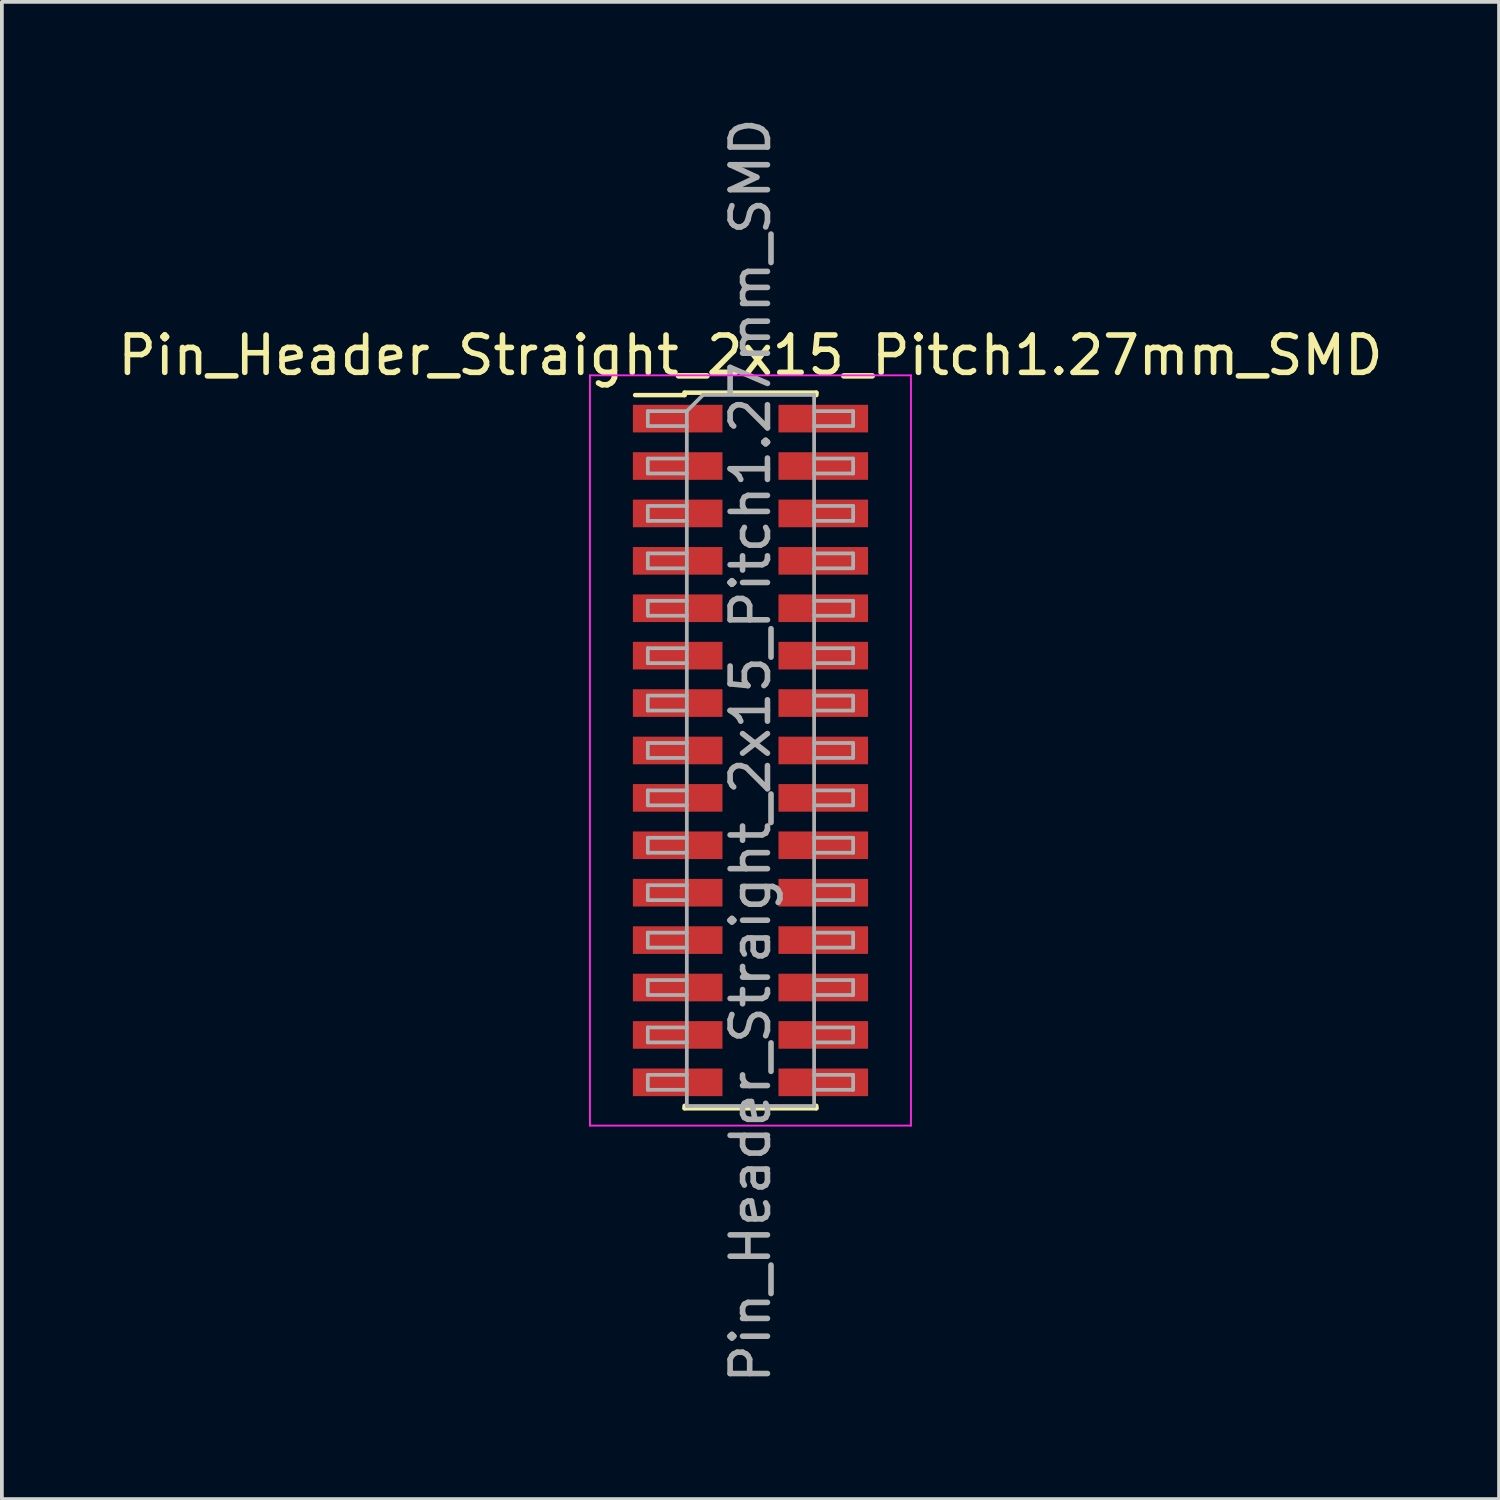
<source format=kicad_pcb>
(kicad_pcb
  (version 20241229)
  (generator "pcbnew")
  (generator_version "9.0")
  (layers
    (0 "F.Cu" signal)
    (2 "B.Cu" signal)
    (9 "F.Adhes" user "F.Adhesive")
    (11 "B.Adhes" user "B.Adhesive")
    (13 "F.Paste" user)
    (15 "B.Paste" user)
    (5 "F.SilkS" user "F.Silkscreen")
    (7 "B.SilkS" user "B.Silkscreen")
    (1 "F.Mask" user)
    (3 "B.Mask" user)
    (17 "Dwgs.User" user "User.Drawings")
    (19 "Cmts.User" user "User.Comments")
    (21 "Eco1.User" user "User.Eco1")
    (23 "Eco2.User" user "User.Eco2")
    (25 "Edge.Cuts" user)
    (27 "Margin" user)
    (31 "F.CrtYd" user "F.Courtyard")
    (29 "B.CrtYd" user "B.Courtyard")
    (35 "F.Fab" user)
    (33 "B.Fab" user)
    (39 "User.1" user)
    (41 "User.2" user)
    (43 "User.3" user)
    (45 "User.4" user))
  (footprint "Pin_Header_Straight_2x15_Pitch1.27mm_SMD"
    (layer "F.Cu")
    (at 17.054 17.054)
    (property "Reference" "Pin_Header_Straight_2x15_Pitch1.27mm_SMD" (at 0 -10.585 0) (layer "F.SilkS") (effects (font (size 1 1) (thickness 0.15))))
    (attr smd)
    (fp_line (start -3.09 -9.52) (end -1.765 -9.52) (stroke (width 0.12) (type solid)) (layer "F.SilkS"))
    (fp_line (start -1.765 -9.585) (end -1.765 -9.52) (stroke (width 0.12) (type solid)) (layer "F.SilkS"))
    (fp_line (start -1.765 -9.585) (end 1.765 -9.585) (stroke (width 0.12) (type solid)) (layer "F.SilkS"))
    (fp_line (start -1.765 9.52) (end -1.765 9.585) (stroke (width 0.12) (type solid)) (layer "F.SilkS"))
    (fp_line (start -1.765 9.585) (end 1.765 9.585) (stroke (width 0.12) (type solid)) (layer "F.SilkS"))
    (fp_line (start 1.765 -9.585) (end 1.765 -9.52) (stroke (width 0.12) (type solid)) (layer "F.SilkS"))
    (fp_line (start 1.765 9.52) (end 1.765 9.585) (stroke (width 0.12) (type solid)) (layer "F.SilkS"))
    (fp_line (start -4.3 -10.05) (end -4.3 10.05) (stroke (width 0.05) (type solid)) (layer "F.CrtYd"))
    (fp_line (start -4.3 10.05) (end 4.3 10.05) (stroke (width 0.05) (type solid)) (layer "F.CrtYd"))
    (fp_line (start 4.3 -10.05) (end -4.3 -10.05) (stroke (width 0.05) (type solid)) (layer "F.CrtYd"))
    (fp_line (start 4.3 10.05) (end 4.3 -10.05) (stroke (width 0.05) (type solid)) (layer "F.CrtYd"))
    (fp_line (start -2.75 -9.09) (end -2.75 -8.69) (stroke (width 0.1) (type solid)) (layer "F.Fab"))
    (fp_line (start -2.75 -8.69) (end -1.705 -8.69) (stroke (width 0.1) (type solid)) (layer "F.Fab"))
    (fp_line (start -2.75 -7.82) (end -2.75 -7.42) (stroke (width 0.1) (type solid)) (layer "F.Fab"))
    (fp_line (start -2.75 -7.42) (end -1.705 -7.42) (stroke (width 0.1) (type solid)) (layer "F.Fab"))
    (fp_line (start -2.75 -6.55) (end -2.75 -6.15) (stroke (width 0.1) (type solid)) (layer "F.Fab"))
    (fp_line (start -2.75 -6.15) (end -1.705 -6.15) (stroke (width 0.1) (type solid)) (layer "F.Fab"))
    (fp_line (start -2.75 -5.28) (end -2.75 -4.88) (stroke (width 0.1) (type solid)) (layer "F.Fab"))
    (fp_line (start -2.75 -4.88) (end -1.705 -4.88) (stroke (width 0.1) (type solid)) (layer "F.Fab"))
    (fp_line (start -2.75 -4.01) (end -2.75 -3.61) (stroke (width 0.1) (type solid)) (layer "F.Fab"))
    (fp_line (start -2.75 -3.61) (end -1.705 -3.61) (stroke (width 0.1) (type solid)) (layer "F.Fab"))
    (fp_line (start -2.75 -2.74) (end -2.75 -2.34) (stroke (width 0.1) (type solid)) (layer "F.Fab"))
    (fp_line (start -2.75 -2.34) (end -1.705 -2.34) (stroke (width 0.1) (type solid)) (layer "F.Fab"))
    (fp_line (start -2.75 -1.47) (end -2.75 -1.07) (stroke (width 0.1) (type solid)) (layer "F.Fab"))
    (fp_line (start -2.75 -1.07) (end -1.705 -1.07) (stroke (width 0.1) (type solid)) (layer "F.Fab"))
    (fp_line (start -2.75 -0.2) (end -2.75 0.2) (stroke (width 0.1) (type solid)) (layer "F.Fab"))
    (fp_line (start -2.75 0.2) (end -1.705 0.2) (stroke (width 0.1) (type solid)) (layer "F.Fab"))
    (fp_line (start -2.75 1.07) (end -2.75 1.47) (stroke (width 0.1) (type solid)) (layer "F.Fab"))
    (fp_line (start -2.75 1.47) (end -1.705 1.47) (stroke (width 0.1) (type solid)) (layer "F.Fab"))
    (fp_line (start -2.75 2.34) (end -2.75 2.74) (stroke (width 0.1) (type solid)) (layer "F.Fab"))
    (fp_line (start -2.75 2.74) (end -1.705 2.74) (stroke (width 0.1) (type solid)) (layer "F.Fab"))
    (fp_line (start -2.75 3.61) (end -2.75 4.01) (stroke (width 0.1) (type solid)) (layer "F.Fab"))
    (fp_line (start -2.75 4.01) (end -1.705 4.01) (stroke (width 0.1) (type solid)) (layer "F.Fab"))
    (fp_line (start -2.75 4.88) (end -2.75 5.28) (stroke (width 0.1) (type solid)) (layer "F.Fab"))
    (fp_line (start -2.75 5.28) (end -1.705 5.28) (stroke (width 0.1) (type solid)) (layer "F.Fab"))
    (fp_line (start -2.75 6.15) (end -2.75 6.55) (stroke (width 0.1) (type solid)) (layer "F.Fab"))
    (fp_line (start -2.75 6.55) (end -1.705 6.55) (stroke (width 0.1) (type solid)) (layer "F.Fab"))
    (fp_line (start -2.75 7.42) (end -2.75 7.82) (stroke (width 0.1) (type solid)) (layer "F.Fab"))
    (fp_line (start -2.75 7.82) (end -1.705 7.82) (stroke (width 0.1) (type solid)) (layer "F.Fab"))
    (fp_line (start -2.75 8.69) (end -2.75 9.09) (stroke (width 0.1) (type solid)) (layer "F.Fab"))
    (fp_line (start -2.75 9.09) (end -1.705 9.09) (stroke (width 0.1) (type solid)) (layer "F.Fab"))
    (fp_line (start -1.705 -9.09) (end -2.75 -9.09) (stroke (width 0.1) (type solid)) (layer "F.Fab"))
    (fp_line (start -1.705 -9.09) (end -1.27 -9.525) (stroke (width 0.1) (type solid)) (layer "F.Fab"))
    (fp_line (start -1.705 -7.82) (end -2.75 -7.82) (stroke (width 0.1) (type solid)) (layer "F.Fab"))
    (fp_line (start -1.705 -6.55) (end -2.75 -6.55) (stroke (width 0.1) (type solid)) (layer "F.Fab"))
    (fp_line (start -1.705 -5.28) (end -2.75 -5.28) (stroke (width 0.1) (type solid)) (layer "F.Fab"))
    (fp_line (start -1.705 -4.01) (end -2.75 -4.01) (stroke (width 0.1) (type solid)) (layer "F.Fab"))
    (fp_line (start -1.705 -2.74) (end -2.75 -2.74) (stroke (width 0.1) (type solid)) (layer "F.Fab"))
    (fp_line (start -1.705 -1.47) (end -2.75 -1.47) (stroke (width 0.1) (type solid)) (layer "F.Fab"))
    (fp_line (start -1.705 -0.2) (end -2.75 -0.2) (stroke (width 0.1) (type solid)) (layer "F.Fab"))
    (fp_line (start -1.705 1.07) (end -2.75 1.07) (stroke (width 0.1) (type solid)) (layer "F.Fab"))
    (fp_line (start -1.705 2.34) (end -2.75 2.34) (stroke (width 0.1) (type solid)) (layer "F.Fab"))
    (fp_line (start -1.705 3.61) (end -2.75 3.61) (stroke (width 0.1) (type solid)) (layer "F.Fab"))
    (fp_line (start -1.705 4.88) (end -2.75 4.88) (stroke (width 0.1) (type solid)) (layer "F.Fab"))
    (fp_line (start -1.705 6.15) (end -2.75 6.15) (stroke (width 0.1) (type solid)) (layer "F.Fab"))
    (fp_line (start -1.705 7.42) (end -2.75 7.42) (stroke (width 0.1) (type solid)) (layer "F.Fab"))
    (fp_line (start -1.705 8.69) (end -2.75 8.69) (stroke (width 0.1) (type solid)) (layer "F.Fab"))
    (fp_line (start -1.705 9.525) (end -1.705 -9.09) (stroke (width 0.1) (type solid)) (layer "F.Fab"))
    (fp_line (start -1.27 -9.525) (end 1.705 -9.525) (stroke (width 0.1) (type solid)) (layer "F.Fab"))
    (fp_line (start 1.705 -9.525) (end 1.705 9.525) (stroke (width 0.1) (type solid)) (layer "F.Fab"))
    (fp_line (start 1.705 -9.09) (end 2.75 -9.09) (stroke (width 0.1) (type solid)) (layer "F.Fab"))
    (fp_line (start 1.705 -7.82) (end 2.75 -7.82) (stroke (width 0.1) (type solid)) (layer "F.Fab"))
    (fp_line (start 1.705 -6.55) (end 2.75 -6.55) (stroke (width 0.1) (type solid)) (layer "F.Fab"))
    (fp_line (start 1.705 -5.28) (end 2.75 -5.28) (stroke (width 0.1) (type solid)) (layer "F.Fab"))
    (fp_line (start 1.705 -4.01) (end 2.75 -4.01) (stroke (width 0.1) (type solid)) (layer "F.Fab"))
    (fp_line (start 1.705 -2.74) (end 2.75 -2.74) (stroke (width 0.1) (type solid)) (layer "F.Fab"))
    (fp_line (start 1.705 -1.47) (end 2.75 -1.47) (stroke (width 0.1) (type solid)) (layer "F.Fab"))
    (fp_line (start 1.705 -0.2) (end 2.75 -0.2) (stroke (width 0.1) (type solid)) (layer "F.Fab"))
    (fp_line (start 1.705 1.07) (end 2.75 1.07) (stroke (width 0.1) (type solid)) (layer "F.Fab"))
    (fp_line (start 1.705 2.34) (end 2.75 2.34) (stroke (width 0.1) (type solid)) (layer "F.Fab"))
    (fp_line (start 1.705 3.61) (end 2.75 3.61) (stroke (width 0.1) (type solid)) (layer "F.Fab"))
    (fp_line (start 1.705 4.88) (end 2.75 4.88) (stroke (width 0.1) (type solid)) (layer "F.Fab"))
    (fp_line (start 1.705 6.15) (end 2.75 6.15) (stroke (width 0.1) (type solid)) (layer "F.Fab"))
    (fp_line (start 1.705 7.42) (end 2.75 7.42) (stroke (width 0.1) (type solid)) (layer "F.Fab"))
    (fp_line (start 1.705 8.69) (end 2.75 8.69) (stroke (width 0.1) (type solid)) (layer "F.Fab"))
    (fp_line (start 1.705 9.525) (end -1.705 9.525) (stroke (width 0.1) (type solid)) (layer "F.Fab"))
    (fp_line (start 2.75 -9.09) (end 2.75 -8.69) (stroke (width 0.1) (type solid)) (layer "F.Fab"))
    (fp_line (start 2.75 -8.69) (end 1.705 -8.69) (stroke (width 0.1) (type solid)) (layer "F.Fab"))
    (fp_line (start 2.75 -7.82) (end 2.75 -7.42) (stroke (width 0.1) (type solid)) (layer "F.Fab"))
    (fp_line (start 2.75 -7.42) (end 1.705 -7.42) (stroke (width 0.1) (type solid)) (layer "F.Fab"))
    (fp_line (start 2.75 -6.55) (end 2.75 -6.15) (stroke (width 0.1) (type solid)) (layer "F.Fab"))
    (fp_line (start 2.75 -6.15) (end 1.705 -6.15) (stroke (width 0.1) (type solid)) (layer "F.Fab"))
    (fp_line (start 2.75 -5.28) (end 2.75 -4.88) (stroke (width 0.1) (type solid)) (layer "F.Fab"))
    (fp_line (start 2.75 -4.88) (end 1.705 -4.88) (stroke (width 0.1) (type solid)) (layer "F.Fab"))
    (fp_line (start 2.75 -4.01) (end 2.75 -3.61) (stroke (width 0.1) (type solid)) (layer "F.Fab"))
    (fp_line (start 2.75 -3.61) (end 1.705 -3.61) (stroke (width 0.1) (type solid)) (layer "F.Fab"))
    (fp_line (start 2.75 -2.74) (end 2.75 -2.34) (stroke (width 0.1) (type solid)) (layer "F.Fab"))
    (fp_line (start 2.75 -2.34) (end 1.705 -2.34) (stroke (width 0.1) (type solid)) (layer "F.Fab"))
    (fp_line (start 2.75 -1.47) (end 2.75 -1.07) (stroke (width 0.1) (type solid)) (layer "F.Fab"))
    (fp_line (start 2.75 -1.07) (end 1.705 -1.07) (stroke (width 0.1) (type solid)) (layer "F.Fab"))
    (fp_line (start 2.75 -0.2) (end 2.75 0.2) (stroke (width 0.1) (type solid)) (layer "F.Fab"))
    (fp_line (start 2.75 0.2) (end 1.705 0.2) (stroke (width 0.1) (type solid)) (layer "F.Fab"))
    (fp_line (start 2.75 1.07) (end 2.75 1.47) (stroke (width 0.1) (type solid)) (layer "F.Fab"))
    (fp_line (start 2.75 1.47) (end 1.705 1.47) (stroke (width 0.1) (type solid)) (layer "F.Fab"))
    (fp_line (start 2.75 2.34) (end 2.75 2.74) (stroke (width 0.1) (type solid)) (layer "F.Fab"))
    (fp_line (start 2.75 2.74) (end 1.705 2.74) (stroke (width 0.1) (type solid)) (layer "F.Fab"))
    (fp_line (start 2.75 3.61) (end 2.75 4.01) (stroke (width 0.1) (type solid)) (layer "F.Fab"))
    (fp_line (start 2.75 4.01) (end 1.705 4.01) (stroke (width 0.1) (type solid)) (layer "F.Fab"))
    (fp_line (start 2.75 4.88) (end 2.75 5.28) (stroke (width 0.1) (type solid)) (layer "F.Fab"))
    (fp_line (start 2.75 5.28) (end 1.705 5.28) (stroke (width 0.1) (type solid)) (layer "F.Fab"))
    (fp_line (start 2.75 6.15) (end 2.75 6.55) (stroke (width 0.1) (type solid)) (layer "F.Fab"))
    (fp_line (start 2.75 6.55) (end 1.705 6.55) (stroke (width 0.1) (type solid)) (layer "F.Fab"))
    (fp_line (start 2.75 7.42) (end 2.75 7.82) (stroke (width 0.1) (type solid)) (layer "F.Fab"))
    (fp_line (start 2.75 7.82) (end 1.705 7.82) (stroke (width 0.1) (type solid)) (layer "F.Fab"))
    (fp_line (start 2.75 8.69) (end 2.75 9.09) (stroke (width 0.1) (type solid)) (layer "F.Fab"))
    (fp_line (start 2.75 9.09) (end 1.705 9.09) (stroke (width 0.1) (type solid)) (layer "F.Fab"))
    (fp_text user "${REFERENCE}" (at 0 0 90) (layer "F.Fab") (effects (font (size 1 1) (thickness 0.15))))
    (pad "1" smd rect (at -1.95 -8.89) (size 2.4 0.74) (layers "F.Cu" "F.Mask" "F.Paste"))
    (pad "2" smd rect (at 1.95 -8.89) (size 2.4 0.74) (layers "F.Cu" "F.Mask" "F.Paste"))
    (pad "3" smd rect (at -1.95 -7.62) (size 2.4 0.74) (layers "F.Cu" "F.Mask" "F.Paste"))
    (pad "4" smd rect (at 1.95 -7.62) (size 2.4 0.74) (layers "F.Cu" "F.Mask" "F.Paste"))
    (pad "5" smd rect (at -1.95 -6.35) (size 2.4 0.74) (layers "F.Cu" "F.Mask" "F.Paste"))
    (pad "6" smd rect (at 1.95 -6.35) (size 2.4 0.74) (layers "F.Cu" "F.Mask" "F.Paste"))
    (pad "7" smd rect (at -1.95 -5.08) (size 2.4 0.74) (layers "F.Cu" "F.Mask" "F.Paste"))
    (pad "8" smd rect (at 1.95 -5.08) (size 2.4 0.74) (layers "F.Cu" "F.Mask" "F.Paste"))
    (pad "9" smd rect (at -1.95 -3.81) (size 2.4 0.74) (layers "F.Cu" "F.Mask" "F.Paste"))
    (pad "10" smd rect (at 1.95 -3.81) (size 2.4 0.74) (layers "F.Cu" "F.Mask" "F.Paste"))
    (pad "11" smd rect (at -1.95 -2.54) (size 2.4 0.74) (layers "F.Cu" "F.Mask" "F.Paste"))
    (pad "12" smd rect (at 1.95 -2.54) (size 2.4 0.74) (layers "F.Cu" "F.Mask" "F.Paste"))
    (pad "13" smd rect (at -1.95 -1.27) (size 2.4 0.74) (layers "F.Cu" "F.Mask" "F.Paste"))
    (pad "14" smd rect (at 1.95 -1.27) (size 2.4 0.74) (layers "F.Cu" "F.Mask" "F.Paste"))
    (pad "15" smd rect (at -1.95 0) (size 2.4 0.74) (layers "F.Cu" "F.Mask" "F.Paste"))
    (pad "16" smd rect (at 1.95 0) (size 2.4 0.74) (layers "F.Cu" "F.Mask" "F.Paste"))
    (pad "17" smd rect (at -1.95 1.27) (size 2.4 0.74) (layers "F.Cu" "F.Mask" "F.Paste"))
    (pad "18" smd rect (at 1.95 1.27) (size 2.4 0.74) (layers "F.Cu" "F.Mask" "F.Paste"))
    (pad "19" smd rect (at -1.95 2.54) (size 2.4 0.74) (layers "F.Cu" "F.Mask" "F.Paste"))
    (pad "20" smd rect (at 1.95 2.54) (size 2.4 0.74) (layers "F.Cu" "F.Mask" "F.Paste"))
    (pad "21" smd rect (at -1.95 3.81) (size 2.4 0.74) (layers "F.Cu" "F.Mask" "F.Paste"))
    (pad "22" smd rect (at 1.95 3.81) (size 2.4 0.74) (layers "F.Cu" "F.Mask" "F.Paste"))
    (pad "23" smd rect (at -1.95 5.08) (size 2.4 0.74) (layers "F.Cu" "F.Mask" "F.Paste"))
    (pad "24" smd rect (at 1.95 5.08) (size 2.4 0.74) (layers "F.Cu" "F.Mask" "F.Paste"))
    (pad "25" smd rect (at -1.95 6.35) (size 2.4 0.74) (layers "F.Cu" "F.Mask" "F.Paste"))
    (pad "26" smd rect (at 1.95 6.35) (size 2.4 0.74) (layers "F.Cu" "F.Mask" "F.Paste"))
    (pad "27" smd rect (at -1.95 7.62) (size 2.4 0.74) (layers "F.Cu" "F.Mask" "F.Paste"))
    (pad "28" smd rect (at 1.95 7.62) (size 2.4 0.74) (layers "F.Cu" "F.Mask" "F.Paste"))
    (pad "29" smd rect (at -1.95 8.89) (size 2.4 0.74) (layers "F.Cu" "F.Mask" "F.Paste"))
    (pad "30" smd rect (at 1.95 8.89) (size 2.4 0.74) (layers "F.Cu" "F.Mask" "F.Paste")))
  (gr_rect
    (start -3 -3)
    (end 37.107 37.107)
    (stroke (width 0.1) (type default))
    (fill no)
    (layer "Edge.Cuts")))
</source>
